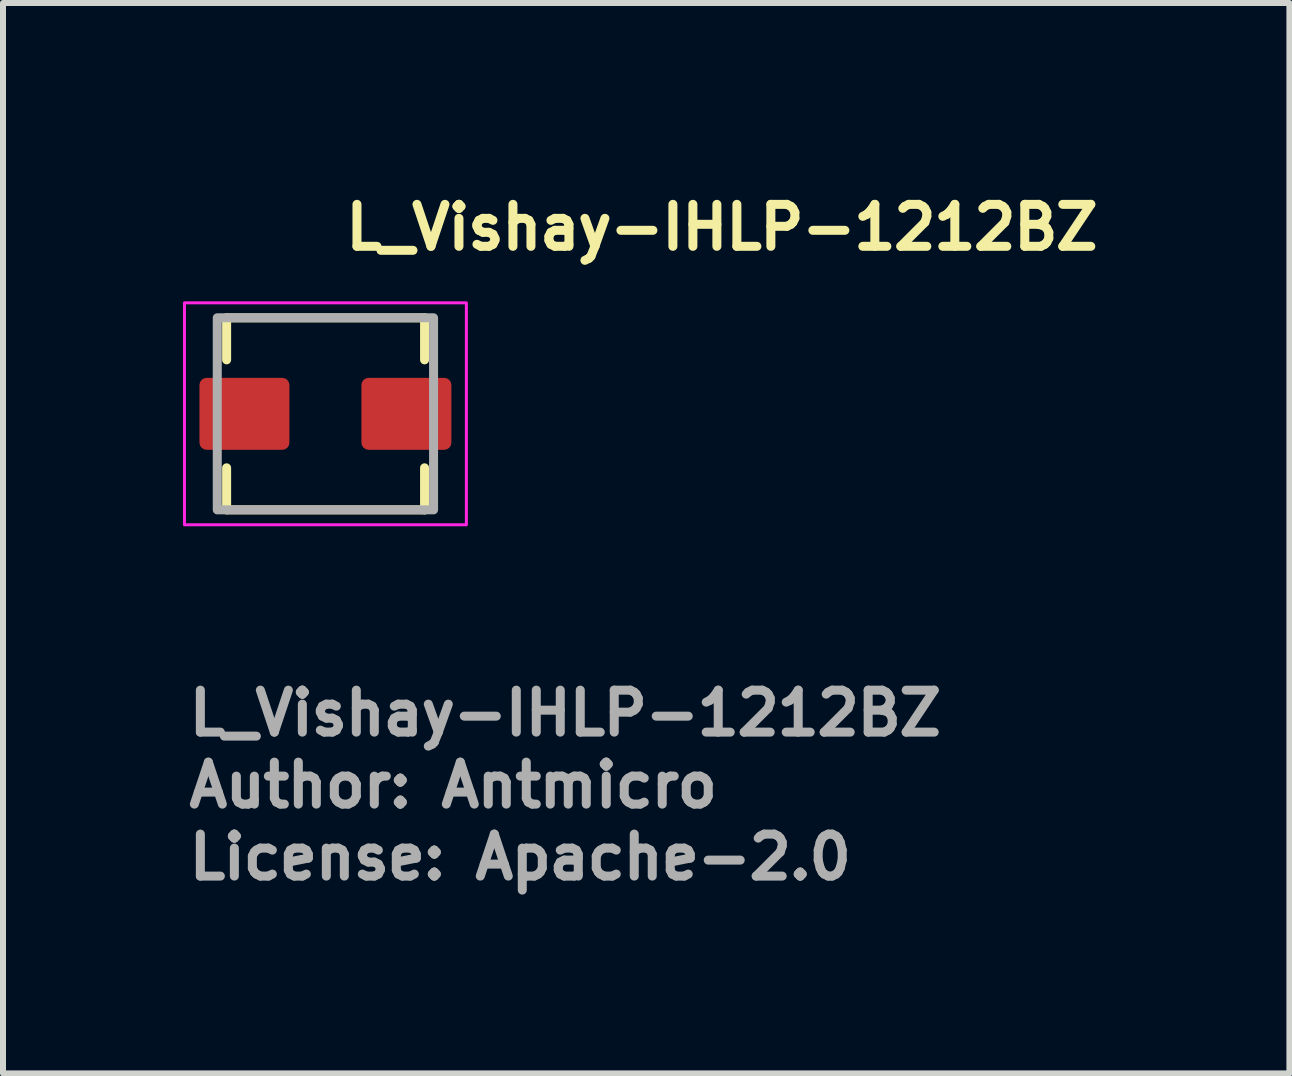
<source format=kicad_pcb>
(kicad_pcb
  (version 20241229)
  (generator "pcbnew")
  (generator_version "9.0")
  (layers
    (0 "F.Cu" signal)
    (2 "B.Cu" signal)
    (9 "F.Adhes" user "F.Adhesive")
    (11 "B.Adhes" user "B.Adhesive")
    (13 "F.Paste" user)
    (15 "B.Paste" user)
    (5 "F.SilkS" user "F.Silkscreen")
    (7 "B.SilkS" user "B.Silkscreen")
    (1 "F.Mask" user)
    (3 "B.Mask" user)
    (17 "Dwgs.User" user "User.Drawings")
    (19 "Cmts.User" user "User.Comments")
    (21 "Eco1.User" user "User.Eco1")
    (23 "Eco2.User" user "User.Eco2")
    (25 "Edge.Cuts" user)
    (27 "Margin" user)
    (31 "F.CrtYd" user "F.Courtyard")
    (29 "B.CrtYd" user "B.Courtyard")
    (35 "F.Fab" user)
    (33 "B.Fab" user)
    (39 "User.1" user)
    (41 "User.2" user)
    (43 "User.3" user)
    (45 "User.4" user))
  (footprint "L_Vishay-IHLP-1212BZ"
    (layer "F.Cu")
    (at 2.375 3.849)
    (property "Reference" "L_Vishay-IHLP-1212BZ" (at 0.261 -2.699 0) (layer "F.SilkS") (effects (font (size 0.7 0.7) (thickness 0.15)) (justify left bottom)))
    (attr smd)
    (fp_line (start -1.647 -1.6) (end 1.653 -1.6) (stroke (width 0.15) (type solid)) (layer "F.SilkS"))
    (fp_line (start -1.647 -0.9) (end -1.647 -1.6) (stroke (width 0.15) (type solid)) (layer "F.SilkS"))
    (fp_line (start -1.647 1.6) (end -1.647 0.9) (stroke (width 0.15) (type solid)) (layer "F.SilkS"))
    (fp_line (start 1.653 -1.6) (end 1.653 -0.9) (stroke (width 0.15) (type solid)) (layer "F.SilkS"))
    (fp_line (start 1.653 0.9) (end 1.653 1.601) (stroke (width 0.15) (type solid)) (layer "F.SilkS"))
    (fp_line (start 1.653 1.601) (end -1.647 1.6) (stroke (width 0.15) (type solid)) (layer "F.SilkS"))
    (fp_rect (start -2.35 -1.85) (end 2.35 1.85) (stroke (width 0.05) (type solid)) (fill no) (layer "F.CrtYd"))
    (fp_rect (start -1.803 -1.601) (end 1.803 1.601) (stroke (width 0.15) (type solid)) (fill no) (layer "F.Fab"))
    (fp_rect (start -1.803 -1.601) (end 1.803 1.601) (stroke (width 0.1) (type solid)) (fill no) (layer "User.5"))
    (fp_line (start -1.803 -0.355) (end -1.803 0.354) (stroke (width 0.02) (type solid)) (layer "User.9"))
    (fp_line (start -1.803 -0.355) (end -1.644 -0.355) (stroke (width 0.02) (type solid)) (layer "User.9"))
    (fp_line (start -1.803 0.354) (end -1.803 -0.355) (stroke (width 0.02) (type solid)) (layer "User.9"))
    (fp_line (start -1.803 0.354) (end -1.644 0.354) (stroke (width 0.02) (type solid)) (layer "User.9"))
    (fp_line (start -1.644 -1.601) (end -1.644 1.601) (stroke (width 0.02) (type solid)) (layer "User.9"))
    (fp_line (start -1.644 -1.601) (end 1.644 -1.601) (stroke (width 0.02) (type solid)) (layer "User.9"))
    (fp_line (start -1.644 -0.355) (end -1.803 -0.355) (stroke (width 0.02) (type solid)) (layer "User.9"))
    (fp_line (start -1.644 0.354) (end -1.803 0.354) (stroke (width 0.02) (type solid)) (layer "User.9"))
    (fp_line (start -1.644 1.601) (end -1.644 -1.601) (stroke (width 0.02) (type solid)) (layer "User.9"))
    (fp_line (start -1.644 1.601) (end 1.644 1.601) (stroke (width 0.02) (type solid)) (layer "User.9"))
    (fp_line (start -1.579 -1.534) (end -1.579 1.534) (stroke (width 0.02) (type solid)) (layer "User.9"))
    (fp_line (start -1.579 -1.534) (end -0.921 -1.534) (stroke (width 0.02) (type solid)) (layer "User.9"))
    (fp_line (start -1.579 1.534) (end -1.579 -1.534) (stroke (width 0.02) (type solid)) (layer "User.9"))
    (fp_line (start -1.579 1.534) (end -0.921 1.534) (stroke (width 0.02) (type solid)) (layer "User.9"))
    (fp_line (start -0.921 -1.534) (end -1.579 -1.534) (stroke (width 0.02) (type solid)) (layer "User.9"))
    (fp_line (start -0.921 -1.534) (end -0.921 1.534) (stroke (width 0.02) (type solid)) (layer "User.9"))
    (fp_line (start -0.921 1.534) (end -1.579 1.534) (stroke (width 0.02) (type solid)) (layer "User.9"))
    (fp_line (start -0.921 1.534) (end -0.921 -1.534) (stroke (width 0.02) (type solid)) (layer "User.9"))
    (fp_line (start 1.644 -1.601) (end -1.644 -1.601) (stroke (width 0.02) (type solid)) (layer "User.9"))
    (fp_line (start 1.644 -1.601) (end 1.644 1.601) (stroke (width 0.02) (type solid)) (layer "User.9"))
    (fp_line (start 1.644 -0.355) (end 1.803 -0.355) (stroke (width 0.02) (type solid)) (layer "User.9"))
    (fp_line (start 1.644 0.354) (end 1.803 0.354) (stroke (width 0.02) (type solid)) (layer "User.9"))
    (fp_line (start 1.644 1.601) (end -1.644 1.601) (stroke (width 0.02) (type solid)) (layer "User.9"))
    (fp_line (start 1.644 1.601) (end 1.644 -1.601) (stroke (width 0.02) (type solid)) (layer "User.9"))
    (fp_line (start 1.803 -0.355) (end 1.644 -0.355) (stroke (width 0.02) (type solid)) (layer "User.9"))
    (fp_line (start 1.803 -0.355) (end 1.803 0.354) (stroke (width 0.02) (type solid)) (layer "User.9"))
    (fp_line (start 1.803 0.354) (end 1.644 0.354) (stroke (width 0.02) (type solid)) (layer "User.9"))
    (fp_line (start 1.803 0.354) (end 1.803 -0.355) (stroke (width 0.02) (type solid)) (layer "User.9"))
    (fp_text user "${REFERENCE}" (at -2.35 5.4 0) (layer "F.Fab") (effects (font (size 0.7 0.7) (thickness 0.15)) (justify left bottom)))
    (fp_text user "Author: Antmicro" (at -2.35 6.6 0) (layer "F.Fab") (effects (font (size 0.7 0.7) (thickness 0.15)) (justify left bottom)))
    (fp_text user "License: Apache-2.0" (at -2.35 7.8 0) (layer "F.Fab") (effects (font (size 0.7 0.7) (thickness 0.15)) (justify left bottom)))
    (pad "1" smd roundrect (at -1.35 0) (size 1.5 1.2) (layers "F.Cu" "F.Mask" "F.Paste") (roundrect_rratio 0.1))
    (pad "2" smd roundrect (at 1.35 0) (size 1.5 1.2) (layers "F.Cu" "F.Mask" "F.Paste") (roundrect_rratio 0.1)))
  (gr_rect
    (start -3 -3)
    (end 18.446 14.845)
    (stroke (width 0.1) (type default))
    (fill no)
    (layer "Edge.Cuts")))
</source>
